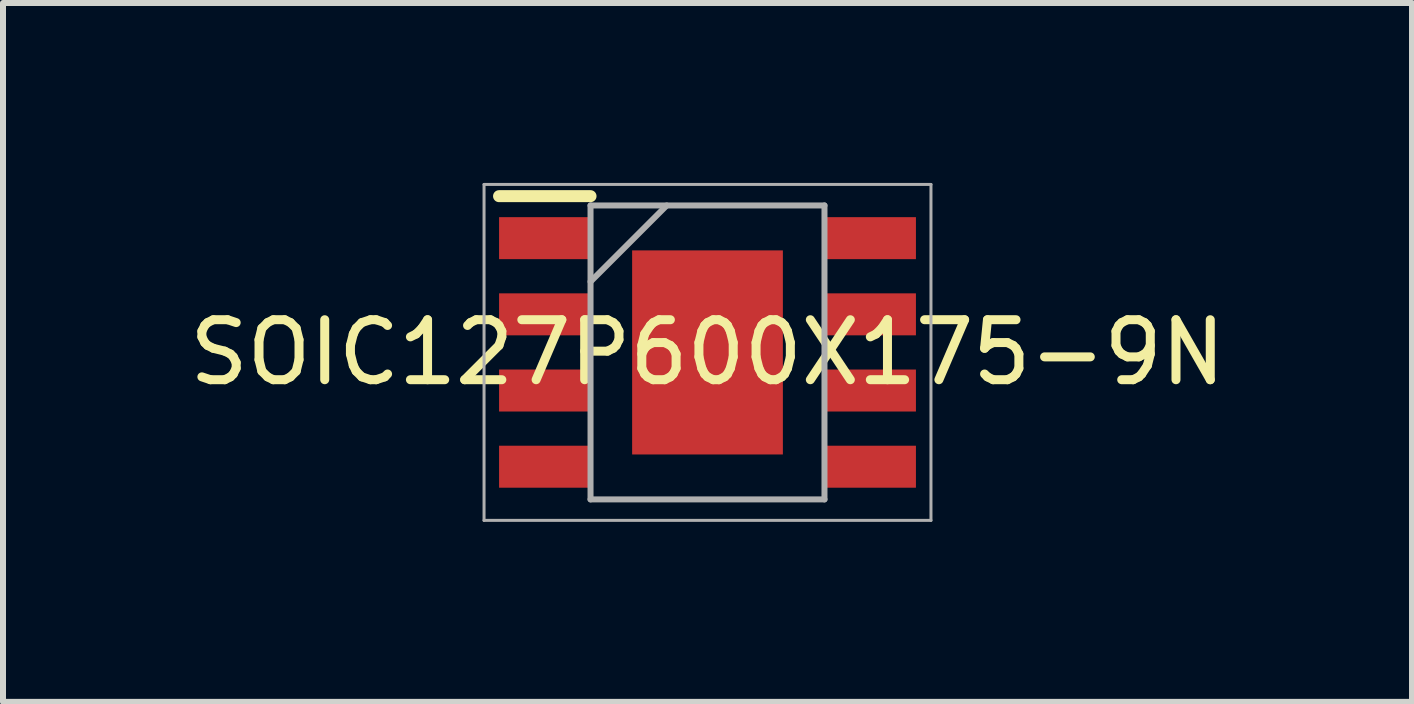
<source format=kicad_pcb>
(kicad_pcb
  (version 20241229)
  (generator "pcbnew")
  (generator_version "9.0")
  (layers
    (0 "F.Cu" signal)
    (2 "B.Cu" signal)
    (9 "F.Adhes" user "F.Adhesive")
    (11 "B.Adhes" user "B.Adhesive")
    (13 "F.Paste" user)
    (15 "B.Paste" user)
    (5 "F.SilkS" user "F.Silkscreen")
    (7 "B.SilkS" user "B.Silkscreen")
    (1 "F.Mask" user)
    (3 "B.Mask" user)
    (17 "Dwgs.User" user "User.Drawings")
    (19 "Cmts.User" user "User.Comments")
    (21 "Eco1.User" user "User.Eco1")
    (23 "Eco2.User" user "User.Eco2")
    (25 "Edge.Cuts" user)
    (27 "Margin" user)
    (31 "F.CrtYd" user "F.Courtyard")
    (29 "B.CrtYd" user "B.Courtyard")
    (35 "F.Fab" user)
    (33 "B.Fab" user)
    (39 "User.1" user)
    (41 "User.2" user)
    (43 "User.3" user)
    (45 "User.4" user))
  (footprint "SOIC127P600X175-9N"
    (layer "F.Cu")
    (at 8.744 2.825)
    (property "Reference" "SOIC127P600X175-9N" (at 0 0 0) (layer "F.SilkS") (effects (font (size 1 1) (thickness 0.15))))
    (attr smd)
    (fp_line (start -3.475 -2.605) (end -1.95 -2.605) (stroke (width 0.2) (type solid)) (layer "F.SilkS"))
    (fp_line (start -3.725 -2.8) (end 3.725 -2.8) (stroke (width 0.05) (type solid)) (layer "F.Fab"))
    (fp_line (start -3.725 2.8) (end -3.725 -2.8) (stroke (width 0.05) (type solid)) (layer "F.Fab"))
    (fp_line (start -1.95 -2.45) (end 1.95 -2.45) (stroke (width 0.1) (type solid)) (layer "F.Fab"))
    (fp_line (start -1.95 -1.18) (end -0.68 -2.45) (stroke (width 0.1) (type solid)) (layer "F.Fab"))
    (fp_line (start -1.95 2.45) (end -1.95 -2.45) (stroke (width 0.1) (type solid)) (layer "F.Fab"))
    (fp_line (start 1.95 -2.45) (end 1.95 2.45) (stroke (width 0.1) (type solid)) (layer "F.Fab"))
    (fp_line (start 1.95 2.45) (end -1.95 2.45) (stroke (width 0.1) (type solid)) (layer "F.Fab"))
    (fp_line (start 3.725 -2.8) (end 3.725 2.8) (stroke (width 0.05) (type solid)) (layer "F.Fab"))
    (fp_line (start 3.725 2.8) (end -3.725 2.8) (stroke (width 0.05) (type solid)) (layer "F.Fab"))
    (pad "1" smd rect (at -2.712 -1.905) (size 1.525 0.7) (layers "F.Cu" "F.Mask" "F.Paste"))
    (pad "2" smd rect (at -2.712 -0.635) (size 1.525 0.7) (layers "F.Cu" "F.Mask" "F.Paste"))
    (pad "3" smd rect (at -2.712 0.635) (size 1.525 0.7) (layers "F.Cu" "F.Mask" "F.Paste"))
    (pad "4" smd rect (at -2.712 1.905) (size 1.525 0.7) (layers "F.Cu" "F.Mask" "F.Paste"))
    (pad "5" smd rect (at 2.712 1.905) (size 1.525 0.7) (layers "F.Cu" "F.Mask" "F.Paste"))
    (pad "6" smd rect (at 2.712 0.635) (size 1.525 0.7) (layers "F.Cu" "F.Mask" "F.Paste"))
    (pad "7" smd rect (at 2.712 -0.635) (size 1.525 0.7) (layers "F.Cu" "F.Mask" "F.Paste"))
    (pad "8" smd rect (at 2.712 -1.905) (size 1.525 0.7) (layers "F.Cu" "F.Mask" "F.Paste"))
    (pad "9" smd rect (at 0 0 90) (size 3.402 2.513) (layers "F.Cu" "F.Mask" "F.Paste")))
  (gr_rect
    (start -3 -3)
    (end 20.488 8.65)
    (stroke (width 0.1) (type default))
    (fill no)
    (layer "Edge.Cuts")))
</source>
